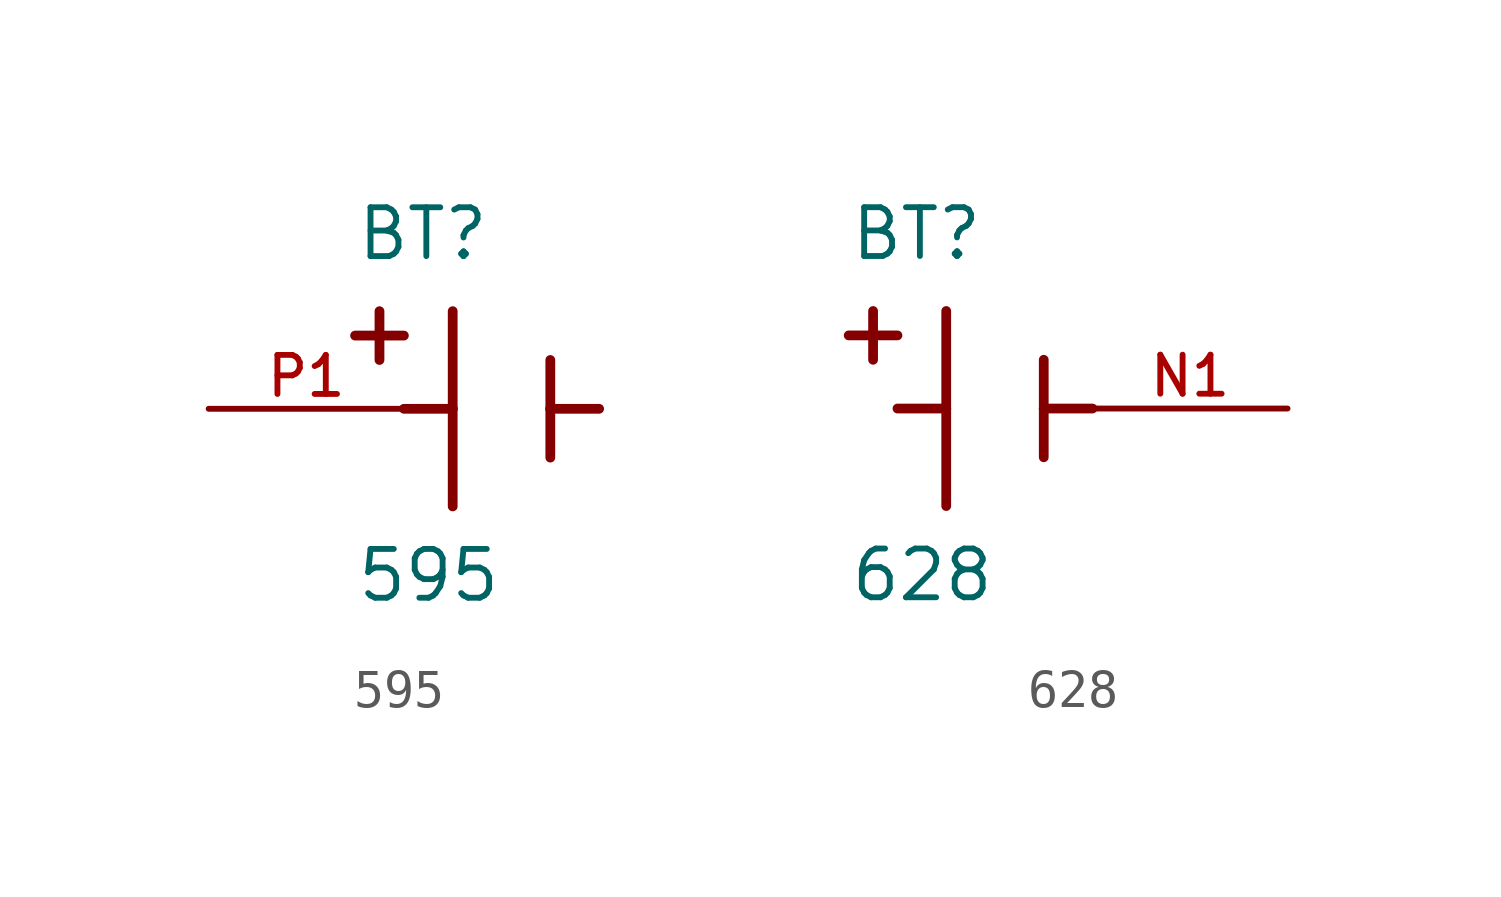
<source format=kicad_sym>
(kicad_symbol_lib
  (version 20231120)
  (generator "kicad_symbol_editor")
  (generator_version "8.0")
  (symbol "595"
    (pin_names
      (offset 1.016))
    (property "Reference" "BT"
      (at -3.81 3.81 0)
      (effects (font (size 1.27 1.27)) (justify left bottom)))
    (property "Value" "595"
      (at -3.81 -5.08 0)
      (effects (font (size 1.27 1.27)) (justify left bottom)))
    (symbol "595_0_0"
      (polyline (pts (xy -3.81 1.905) (xy -2.54 1.905)) (stroke (width 0.254) (type default)) (fill (type none)))
      (polyline (pts (xy -3.175 2.54) (xy -3.175 1.27)) (stroke (width 0.254) (type default)) (fill (type none)))
      (polyline (pts (xy -1.27 0) (xy -2.54 0)) (stroke (width 0.254) (type default)) (fill (type none)))
      (polyline (pts (xy -1.27 0) (xy -1.27 -2.54)) (stroke (width 0.254) (type default)) (fill (type none)))
      (polyline (pts (xy -1.27 2.54) (xy -1.27 0)) (stroke (width 0.254) (type default)) (fill (type none)))
      (polyline (pts (xy 1.27 0) (xy 1.27 -1.27)) (stroke (width 0.254) (type default)) (fill (type none)))
      (polyline (pts (xy 1.27 0) (xy 2.54 0)) (stroke (width 0.254) (type default)) (fill (type none)))
      (polyline (pts (xy 1.27 1.27) (xy 1.27 0)) (stroke (width 0.254) (type default)) (fill (type none)))
      (pin passive line (at -7.62 0 0) (length 5.08) (name "~" (effects (font (size 1.016 1.016)))) (number "P1" (effects (font (size 1.016 1.016)))))))
  (symbol "628"
    (pin_names
      (offset 1.016))
    (property "Reference" "BT"
      (at -3.81 3.81 0)
      (effects (font (size 1.27 1.27)) (justify left bottom)))
    (property "Value" "628"
      (at -3.81 -5.08 0)
      (effects (font (size 1.27 1.27)) (justify left bottom)))
    (symbol "628_0_0"
      (polyline (pts (xy -3.81 1.905) (xy -2.54 1.905)) (stroke (width 0.254) (type default)) (fill (type none)))
      (polyline (pts (xy -3.175 2.54) (xy -3.175 1.27)) (stroke (width 0.254) (type default)) (fill (type none)))
      (polyline (pts (xy -1.27 0) (xy -2.54 0)) (stroke (width 0.254) (type default)) (fill (type none)))
      (polyline (pts (xy -1.27 0) (xy -1.27 -2.54)) (stroke (width 0.254) (type default)) (fill (type none)))
      (polyline (pts (xy -1.27 2.54) (xy -1.27 0)) (stroke (width 0.254) (type default)) (fill (type none)))
      (polyline (pts (xy 1.27 0) (xy 1.27 -1.27)) (stroke (width 0.254) (type default)) (fill (type none)))
      (polyline (pts (xy 1.27 0) (xy 2.54 0)) (stroke (width 0.254) (type default)) (fill (type none)))
      (polyline (pts (xy 1.27 1.27) (xy 1.27 0)) (stroke (width 0.254) (type default)) (fill (type none)))
      (pin passive line (at 7.62 0 180) (length 5.08) (name "~" (effects (font (size 1.016 1.016)))) (number "N1" (effects (font (size 1.016 1.016))))))))
</source>
